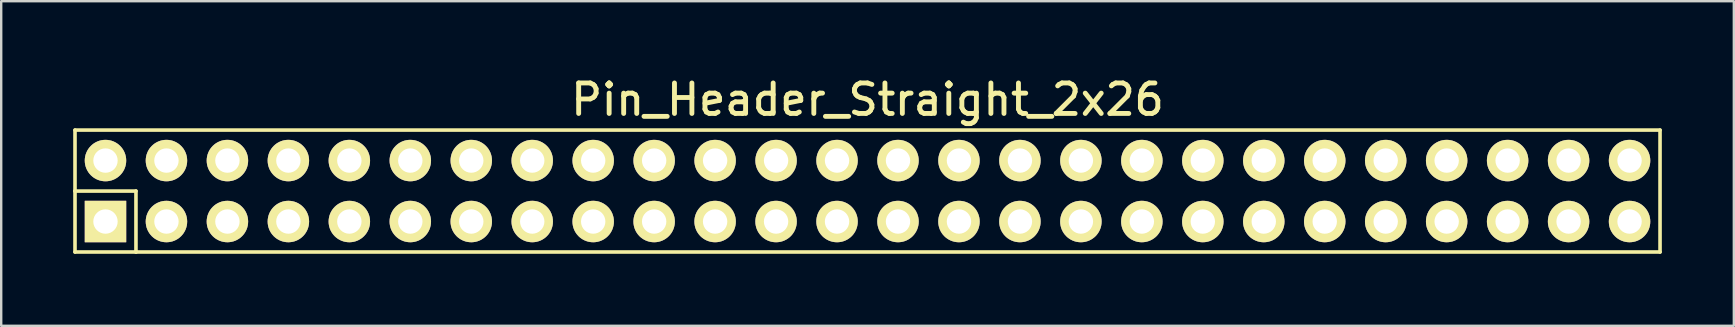
<source format=kicad_pcb>
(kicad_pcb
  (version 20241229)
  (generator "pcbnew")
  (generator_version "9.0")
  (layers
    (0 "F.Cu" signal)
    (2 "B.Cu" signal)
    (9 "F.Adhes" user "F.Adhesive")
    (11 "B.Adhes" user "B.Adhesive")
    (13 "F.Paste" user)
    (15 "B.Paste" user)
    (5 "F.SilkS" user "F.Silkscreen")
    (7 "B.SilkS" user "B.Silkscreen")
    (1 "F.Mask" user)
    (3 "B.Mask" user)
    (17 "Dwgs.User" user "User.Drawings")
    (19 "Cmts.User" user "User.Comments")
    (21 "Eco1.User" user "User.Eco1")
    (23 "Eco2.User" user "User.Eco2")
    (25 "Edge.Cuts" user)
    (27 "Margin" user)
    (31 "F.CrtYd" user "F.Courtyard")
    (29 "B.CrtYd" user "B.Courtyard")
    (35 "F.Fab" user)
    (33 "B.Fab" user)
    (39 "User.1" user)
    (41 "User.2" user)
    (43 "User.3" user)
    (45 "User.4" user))
  (footprint "Pin_Header_Straight_2x26"
    (layer "F.Cu")
    (at 33.095 4.91)
    (property "Reference" "Pin_Header_Straight_2x26" (at 0 -3.81 0) (layer "F.SilkS") (effects (font (size 1.27 1.27) (thickness 0.203))))
    (attr through_hole)
    (fp_line (start -33.02 -2.54) (end -33.02 0) (stroke (width 0.15) (type solid)) (layer "F.SilkS"))
    (fp_line (start -33.02 -2.54) (end 33.02 -2.54) (stroke (width 0.15) (type solid)) (layer "F.SilkS"))
    (fp_line (start -33.02 0) (end -30.48 0) (stroke (width 0.15) (type solid)) (layer "F.SilkS"))
    (fp_line (start -33.02 2.54) (end -33.02 0) (stroke (width 0.15) (type solid)) (layer "F.SilkS"))
    (fp_line (start -33.02 2.54) (end -30.48 2.54) (stroke (width 0.15) (type solid)) (layer "F.SilkS"))
    (fp_line (start -30.48 0) (end -30.48 2.54) (stroke (width 0.15) (type solid)) (layer "F.SilkS"))
    (fp_line (start 33.02 -2.54) (end 33.02 2.54) (stroke (width 0.15) (type solid)) (layer "F.SilkS"))
    (fp_line (start 33.02 2.54) (end -30.48 2.54) (stroke (width 0.15) (type solid)) (layer "F.SilkS"))
    (pad "1" thru_hole rect (at -31.75 1.27) (size 1.727 1.727) (drill 1.016) (layers "*.Cu" "*.Mask" "F.SilkS"))
    (pad "2" thru_hole oval (at -31.75 -1.27) (size 1.727 1.727) (drill 1.016) (layers "*.Cu" "*.Mask" "F.SilkS"))
    (pad "3" thru_hole oval (at -29.21 1.27) (size 1.727 1.727) (drill 1.016) (layers "*.Cu" "*.Mask" "F.SilkS"))
    (pad "4" thru_hole oval (at -29.21 -1.27) (size 1.727 1.727) (drill 1.016) (layers "*.Cu" "*.Mask" "F.SilkS"))
    (pad "5" thru_hole oval (at -26.67 1.27) (size 1.727 1.727) (drill 1.016) (layers "*.Cu" "*.Mask" "F.SilkS"))
    (pad "6" thru_hole oval (at -26.67 -1.27) (size 1.727 1.727) (drill 1.016) (layers "*.Cu" "*.Mask" "F.SilkS"))
    (pad "7" thru_hole oval (at -24.13 1.27) (size 1.727 1.727) (drill 1.016) (layers "*.Cu" "*.Mask" "F.SilkS"))
    (pad "8" thru_hole oval (at -24.13 -1.27) (size 1.727 1.727) (drill 1.016) (layers "*.Cu" "*.Mask" "F.SilkS"))
    (pad "9" thru_hole oval (at -21.59 1.27) (size 1.727 1.727) (drill 1.016) (layers "*.Cu" "*.Mask" "F.SilkS"))
    (pad "10" thru_hole oval (at -21.59 -1.27) (size 1.727 1.727) (drill 1.016) (layers "*.Cu" "*.Mask" "F.SilkS"))
    (pad "11" thru_hole oval (at -19.05 1.27) (size 1.727 1.727) (drill 1.016) (layers "*.Cu" "*.Mask" "F.SilkS"))
    (pad "12" thru_hole oval (at -19.05 -1.27) (size 1.727 1.727) (drill 1.016) (layers "*.Cu" "*.Mask" "F.SilkS"))
    (pad "13" thru_hole oval (at -16.51 1.27) (size 1.727 1.727) (drill 1.016) (layers "*.Cu" "*.Mask" "F.SilkS"))
    (pad "14" thru_hole oval (at -16.51 -1.27) (size 1.727 1.727) (drill 1.016) (layers "*.Cu" "*.Mask" "F.SilkS"))
    (pad "15" thru_hole oval (at -13.97 1.27) (size 1.727 1.727) (drill 1.016) (layers "*.Cu" "*.Mask" "F.SilkS"))
    (pad "16" thru_hole oval (at -13.97 -1.27) (size 1.727 1.727) (drill 1.016) (layers "*.Cu" "*.Mask" "F.SilkS"))
    (pad "17" thru_hole oval (at -11.43 1.27) (size 1.727 1.727) (drill 1.016) (layers "*.Cu" "*.Mask" "F.SilkS"))
    (pad "18" thru_hole oval (at -11.43 -1.27) (size 1.727 1.727) (drill 1.016) (layers "*.Cu" "*.Mask" "F.SilkS"))
    (pad "19" thru_hole oval (at -8.89 1.27) (size 1.727 1.727) (drill 1.016) (layers "*.Cu" "*.Mask" "F.SilkS"))
    (pad "20" thru_hole oval (at -8.89 -1.27) (size 1.727 1.727) (drill 1.016) (layers "*.Cu" "*.Mask" "F.SilkS"))
    (pad "21" thru_hole oval (at -6.35 1.27) (size 1.727 1.727) (drill 1.016) (layers "*.Cu" "*.Mask" "F.SilkS"))
    (pad "22" thru_hole oval (at -6.35 -1.27) (size 1.727 1.727) (drill 1.016) (layers "*.Cu" "*.Mask" "F.SilkS"))
    (pad "23" thru_hole oval (at -3.81 1.27) (size 1.727 1.727) (drill 1.016) (layers "*.Cu" "*.Mask" "F.SilkS"))
    (pad "24" thru_hole oval (at -3.81 -1.27) (size 1.727 1.727) (drill 1.016) (layers "*.Cu" "*.Mask" "F.SilkS"))
    (pad "25" thru_hole oval (at -1.27 1.27) (size 1.727 1.727) (drill 1.016) (layers "*.Cu" "*.Mask" "F.SilkS"))
    (pad "26" thru_hole oval (at -1.27 -1.27) (size 1.727 1.727) (drill 1.016) (layers "*.Cu" "*.Mask" "F.SilkS"))
    (pad "27" thru_hole oval (at 1.27 1.27) (size 1.727 1.727) (drill 1.016) (layers "*.Cu" "*.Mask" "F.SilkS"))
    (pad "28" thru_hole oval (at 1.27 -1.27) (size 1.727 1.727) (drill 1.016) (layers "*.Cu" "*.Mask" "F.SilkS"))
    (pad "29" thru_hole oval (at 3.81 1.27) (size 1.727 1.727) (drill 1.016) (layers "*.Cu" "*.Mask" "F.SilkS"))
    (pad "30" thru_hole oval (at 3.81 -1.27) (size 1.727 1.727) (drill 1.016) (layers "*.Cu" "*.Mask" "F.SilkS"))
    (pad "31" thru_hole oval (at 6.35 1.27) (size 1.727 1.727) (drill 1.016) (layers "*.Cu" "*.Mask" "F.SilkS"))
    (pad "32" thru_hole oval (at 6.35 -1.27) (size 1.727 1.727) (drill 1.016) (layers "*.Cu" "*.Mask" "F.SilkS"))
    (pad "33" thru_hole oval (at 8.89 1.27) (size 1.727 1.727) (drill 1.016) (layers "*.Cu" "*.Mask" "F.SilkS"))
    (pad "34" thru_hole oval (at 8.89 -1.27) (size 1.727 1.727) (drill 1.016) (layers "*.Cu" "*.Mask" "F.SilkS"))
    (pad "35" thru_hole oval (at 11.43 1.27) (size 1.727 1.727) (drill 1.016) (layers "*.Cu" "*.Mask" "F.SilkS"))
    (pad "36" thru_hole oval (at 11.43 -1.27) (size 1.727 1.727) (drill 1.016) (layers "*.Cu" "*.Mask" "F.SilkS"))
    (pad "37" thru_hole oval (at 13.97 1.27) (size 1.727 1.727) (drill 1.016) (layers "*.Cu" "*.Mask" "F.SilkS"))
    (pad "38" thru_hole oval (at 13.97 -1.27) (size 1.727 1.727) (drill 1.016) (layers "*.Cu" "*.Mask" "F.SilkS"))
    (pad "39" thru_hole oval (at 16.51 1.27) (size 1.727 1.727) (drill 1.016) (layers "*.Cu" "*.Mask" "F.SilkS"))
    (pad "40" thru_hole oval (at 16.51 -1.27) (size 1.727 1.727) (drill 1.016) (layers "*.Cu" "*.Mask" "F.SilkS"))
    (pad "41" thru_hole oval (at 19.05 1.27) (size 1.727 1.727) (drill 1.016) (layers "*.Cu" "*.Mask" "F.SilkS"))
    (pad "42" thru_hole oval (at 19.05 -1.27) (size 1.727 1.727) (drill 1.016) (layers "*.Cu" "*.Mask" "F.SilkS"))
    (pad "43" thru_hole oval (at 21.59 1.27) (size 1.727 1.727) (drill 1.016) (layers "*.Cu" "*.Mask" "F.SilkS"))
    (pad "44" thru_hole oval (at 21.59 -1.27) (size 1.727 1.727) (drill 1.016) (layers "*.Cu" "*.Mask" "F.SilkS"))
    (pad "45" thru_hole oval (at 24.13 1.27) (size 1.727 1.727) (drill 1.016) (layers "*.Cu" "*.Mask" "F.SilkS"))
    (pad "46" thru_hole oval (at 24.13 -1.27) (size 1.727 1.727) (drill 1.016) (layers "*.Cu" "*.Mask" "F.SilkS"))
    (pad "47" thru_hole oval (at 26.67 1.27) (size 1.727 1.727) (drill 1.016) (layers "*.Cu" "*.Mask" "F.SilkS"))
    (pad "48" thru_hole oval (at 26.67 -1.27) (size 1.727 1.727) (drill 1.016) (layers "*.Cu" "*.Mask" "F.SilkS"))
    (pad "49" thru_hole oval (at 29.21 1.27) (size 1.727 1.727) (drill 1.016) (layers "*.Cu" "*.Mask" "F.SilkS"))
    (pad "50" thru_hole oval (at 29.21 -1.27) (size 1.727 1.727) (drill 1.016) (layers "*.Cu" "*.Mask" "F.SilkS"))
    (pad "51" thru_hole oval (at 31.75 1.27) (size 1.727 1.727) (drill 1.016) (layers "*.Cu" "*.Mask" "F.SilkS"))
    (pad "52" thru_hole oval (at 31.75 -1.27) (size 1.727 1.727) (drill 1.016) (layers "*.Cu" "*.Mask" "F.SilkS")))
  (gr_rect
    (start -3 -3)
    (end 69.19 10.525)
    (stroke (width 0.1) (type default))
    (fill no)
    (layer "Edge.Cuts")))
</source>
